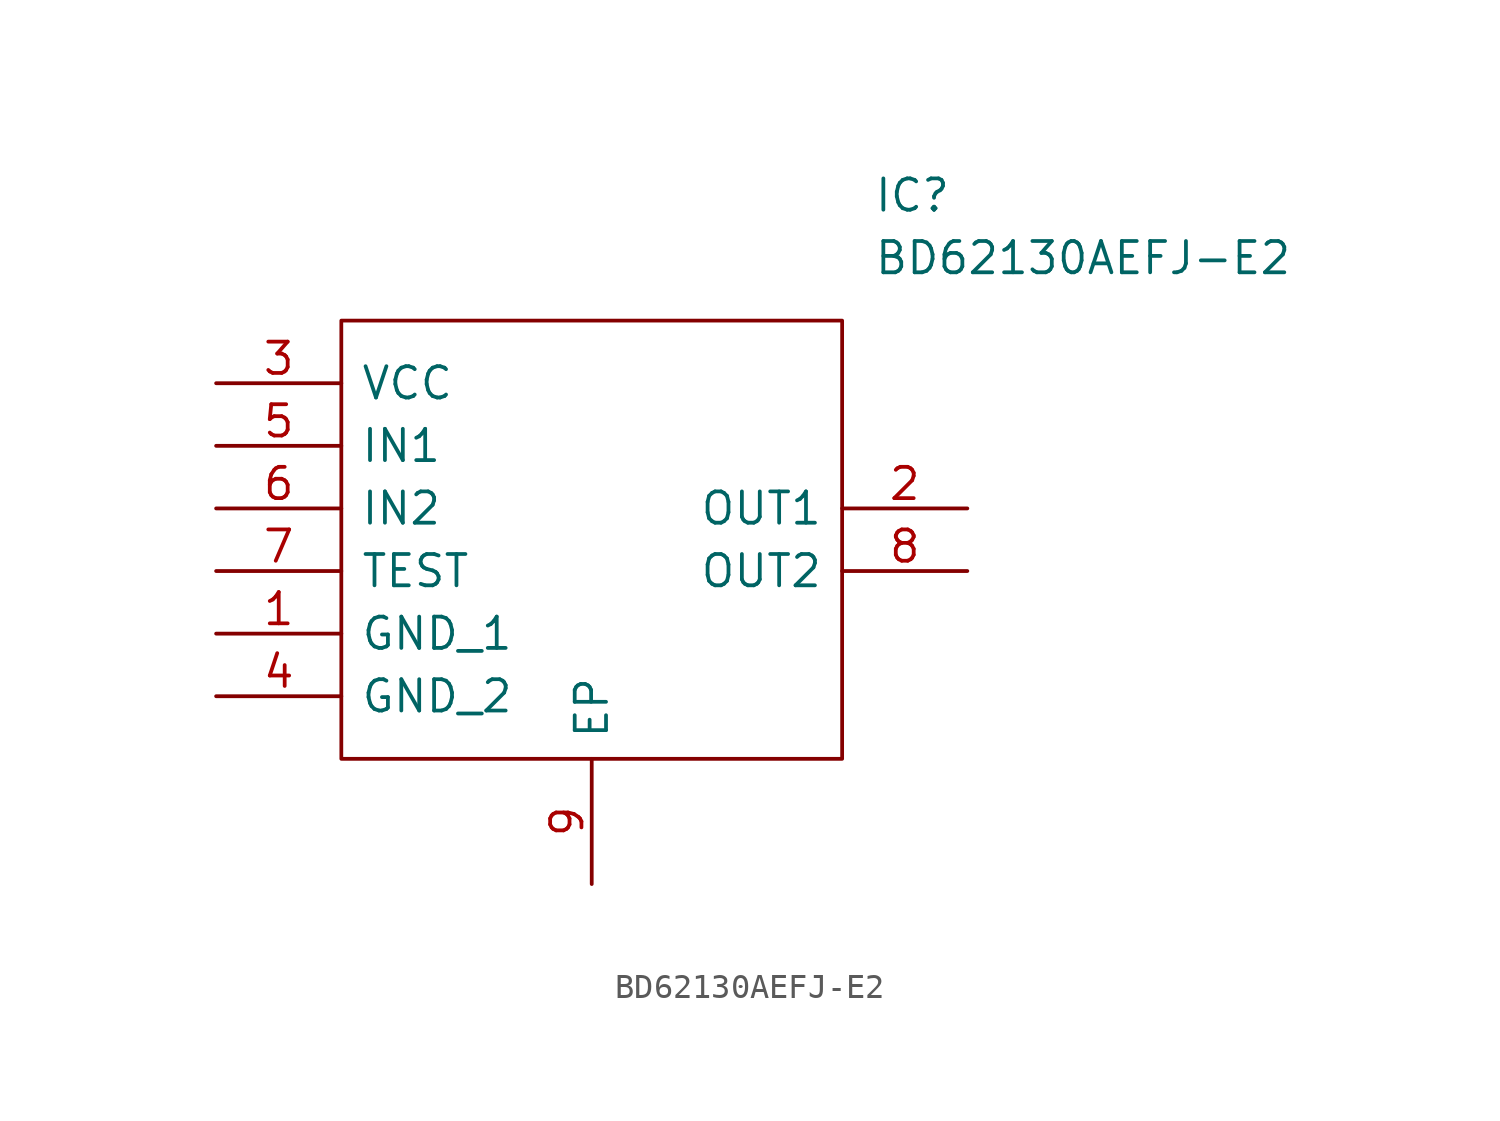
<source format=kicad_sym>
(kicad_symbol_lib
  (version 20211014)
  (generator kicad_symbol_editor)
  (symbol "BD62130AEFJ-E2"
    (pin_names
      (offset 0.762))
    (property "Reference" "IC"
      (at 26.67 7.62 0)
      (effects (font (size 1.27 1.27)) (justify left)))
    (property "Value" "BD62130AEFJ-E2"
      (at 26.67 5.08 0)
      (effects (font (size 1.27 1.27)) (justify left)))
    (symbol "BD62130AEFJ-E2_0_0"
      (pin passive line (at 0 -10.16 0) (length 5.08) (name "GND_1" (effects (font (size 1.27 1.27)))) (number "1" (effects (font (size 1.27 1.27)))))
      (pin passive line (at 30.48 -5.08 180) (length 5.08) (name "OUT1" (effects (font (size 1.27 1.27)))) (number "2" (effects (font (size 1.27 1.27)))))
      (pin passive line (at 0 0 0) (length 5.08) (name "VCC" (effects (font (size 1.27 1.27)))) (number "3" (effects (font (size 1.27 1.27)))))
      (pin passive line (at 0 -12.7 0) (length 5.08) (name "GND_2" (effects (font (size 1.27 1.27)))) (number "4" (effects (font (size 1.27 1.27)))))
      (pin passive line (at 0 -2.54 0) (length 5.08) (name "IN1" (effects (font (size 1.27 1.27)))) (number "5" (effects (font (size 1.27 1.27)))))
      (pin passive line (at 0 -5.08 0) (length 5.08) (name "IN2" (effects (font (size 1.27 1.27)))) (number "6" (effects (font (size 1.27 1.27)))))
      (pin passive line (at 0 -7.62 0) (length 5.08) (name "TEST" (effects (font (size 1.27 1.27)))) (number "7" (effects (font (size 1.27 1.27)))))
      (pin passive line (at 30.48 -7.62 180) (length 5.08) (name "OUT2" (effects (font (size 1.27 1.27)))) (number "8" (effects (font (size 1.27 1.27)))))
      (pin passive line (at 15.24 -20.32 90) (length 5.08) (name "EP" (effects (font (size 1.27 1.27)))) (number "9" (effects (font (size 1.27 1.27))))))
    (symbol "BD62130AEFJ-E2_0_1"
      (polyline (pts (xy 5.08 2.54) (xy 25.4 2.54) (xy 25.4 -15.24) (xy 5.08 -15.24) (xy 5.08 2.54)) (stroke (width 0.152) (type default) (color 0 0 0 0)) (fill (type none))))))
</source>
